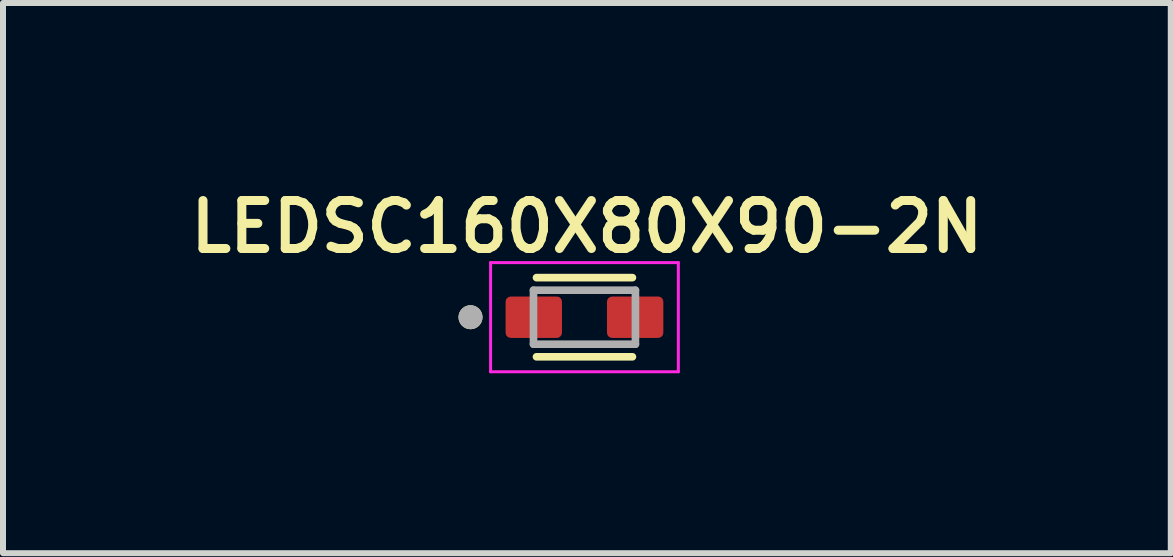
<source format=kicad_pcb>
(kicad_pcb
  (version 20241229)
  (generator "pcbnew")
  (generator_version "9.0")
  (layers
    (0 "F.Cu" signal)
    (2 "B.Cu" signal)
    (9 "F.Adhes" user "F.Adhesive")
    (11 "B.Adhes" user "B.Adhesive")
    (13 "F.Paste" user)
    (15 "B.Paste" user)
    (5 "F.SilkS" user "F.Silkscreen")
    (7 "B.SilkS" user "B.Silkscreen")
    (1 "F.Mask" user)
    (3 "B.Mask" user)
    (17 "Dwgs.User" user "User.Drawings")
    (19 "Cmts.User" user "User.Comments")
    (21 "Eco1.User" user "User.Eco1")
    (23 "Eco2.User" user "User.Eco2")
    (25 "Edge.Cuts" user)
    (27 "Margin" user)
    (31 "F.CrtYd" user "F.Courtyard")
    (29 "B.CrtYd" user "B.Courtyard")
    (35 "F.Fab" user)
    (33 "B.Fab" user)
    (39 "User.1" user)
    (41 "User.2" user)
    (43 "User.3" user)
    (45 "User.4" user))
  (footprint "LEDSC160X80X90-2N"
    (layer "F.Cu")
    (at 6.695 2.239)
    (property "Reference" "LEDSC160X80X90-2N" (at 0.04 -1.508 0) (layer "F.SilkS") (effects (font (size 0.8 0.8) (thickness 0.15))))
    (attr smd)
    (fp_line (start 0.8 -0.66) (end -0.8 -0.66) (stroke (width 0.127) (type solid)) (layer "F.SilkS"))
    (fp_line (start 0.8 0.66) (end -0.8 0.66) (stroke (width 0.127) (type solid)) (layer "F.SilkS"))
    (fp_circle (center -1.9 0) (end -1.8 0) (stroke (width 0.2) (type solid)) (fill no) (layer "F.SilkS"))
    (fp_line (start -1.565 -0.91) (end -1.565 0.91) (stroke (width 0.05) (type solid)) (layer "F.CrtYd"))
    (fp_line (start -1.565 0.91) (end 1.565 0.91) (stroke (width 0.05) (type solid)) (layer "F.CrtYd"))
    (fp_line (start 1.565 -0.91) (end -1.565 -0.91) (stroke (width 0.05) (type solid)) (layer "F.CrtYd"))
    (fp_line (start 1.565 0.91) (end 1.565 -0.91) (stroke (width 0.05) (type solid)) (layer "F.CrtYd"))
    (fp_line (start -0.85 -0.45) (end -0.85 0.45) (stroke (width 0.127) (type solid)) (layer "F.Fab"))
    (fp_line (start -0.85 0.45) (end 0.85 0.45) (stroke (width 0.127) (type solid)) (layer "F.Fab"))
    (fp_line (start 0.85 -0.45) (end -0.85 -0.45) (stroke (width 0.127) (type solid)) (layer "F.Fab"))
    (fp_line (start 0.85 0.45) (end 0.85 -0.45) (stroke (width 0.127) (type solid)) (layer "F.Fab"))
    (fp_circle (center -1.9 0) (end -1.8 0) (stroke (width 0.2) (type solid)) (fill no) (layer "F.Fab"))
    (pad "A" smd roundrect (at 0.845 0) (size 0.94 0.69) (layers "F.Cu" "F.Mask" "F.Paste") (roundrect_rratio 0.125))
    (pad "C" smd roundrect (at -0.845 0) (size 0.94 0.69) (layers "F.Cu" "F.Mask" "F.Paste") (roundrect_rratio 0.125)))
  (gr_rect
    (start -3 -3)
    (end 16.471 6.174)
    (stroke (width 0.1) (type default))
    (fill no)
    (layer "Edge.Cuts")))
</source>
